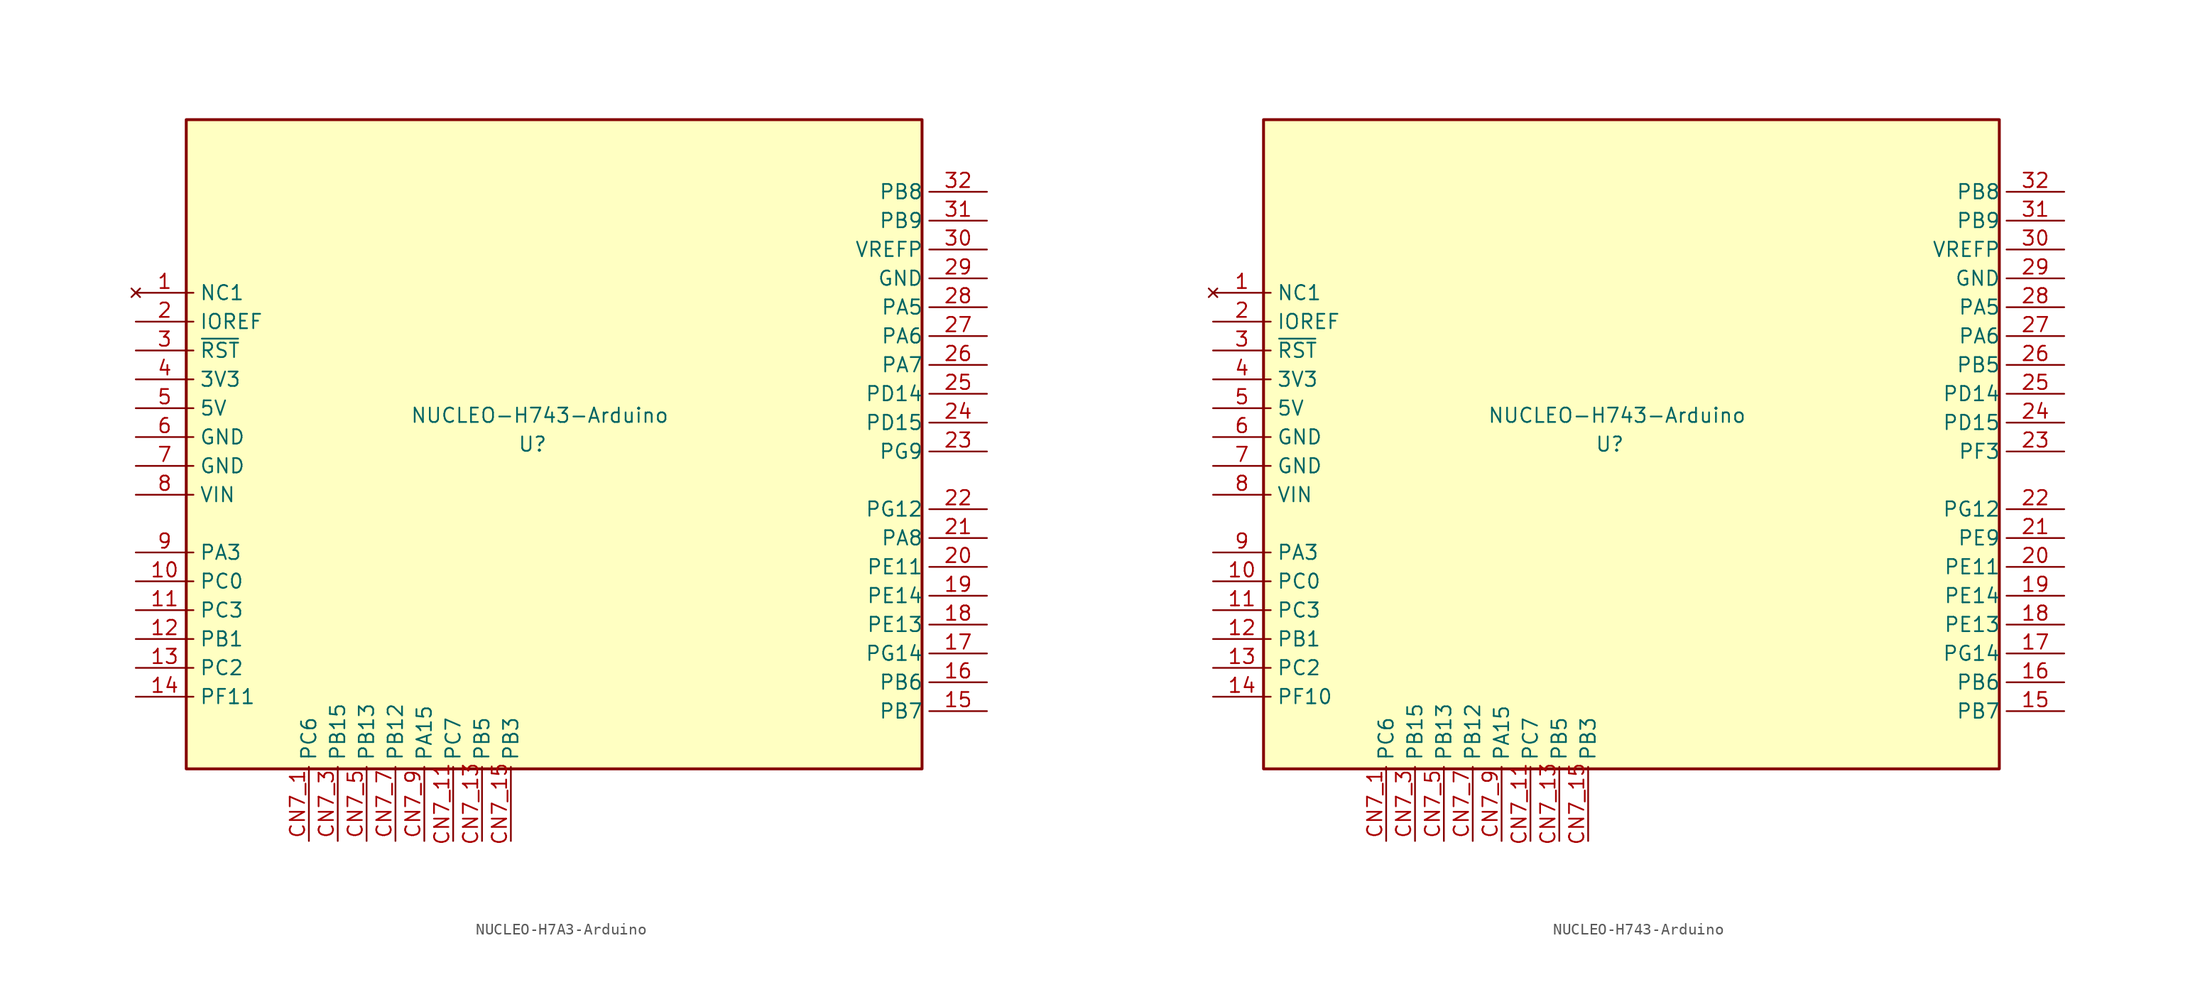
<source format=kicad_sym>
(kicad_symbol_lib
  (version 20220914)
  (generator kicad_symbol_editor)
  (symbol "NUCLEO-H7A3-Arduino"
    (property "Reference" "U"
      (at 10.795 -1.905 0)
      (effects (font (size 1.27 1.27))))
    (property "Value" "NUCLEO-H743-Arduino"
      (at 11.43 0.635 0)
      (effects (font (size 1.27 1.27))))
    (symbol "NUCLEO-H7A3-Arduino_0_0"
      (text "" (at 48.26 -5.08 0) (effects (font (size 1.27 1.27)))))
    (symbol "NUCLEO-H7A3-Arduino_1_0"
      (rectangle (start -19.685 26.67) (end 45.085 -30.48) (stroke (width 0.254) (type default)) (fill (type background)))
      (pin no_connect line (at -24.13 11.43 0) (length 5.08) (name "NC1" (effects (font (size 1.27 1.27)))) (number "1" (effects (font (size 1.27 1.27)))))
      (pin power_in line (at -24.13 8.89 0) (length 5.08) (name "IOREF" (effects (font (size 1.27 1.27)))) (number "2" (effects (font (size 1.27 1.27)))))
      (pin power_in line (at 50.8 12.7 180) (length 5.08) (name "GND" (effects (font (size 1.27 1.27)))) (number "29" (effects (font (size 1.27 1.27)))))
      (pin input line (at -24.13 6.35 0) (length 5.08) (name "~{RST}" (effects (font (size 1.27 1.27)))) (number "3" (effects (font (size 1.27 1.27)))))
      (pin power_in line (at 50.8 15.24 180) (length 5.08) (name "VREFP" (effects (font (size 1.27 1.27)))) (number "30" (effects (font (size 1.27 1.27)))))
      (pin power_in line (at -24.13 3.81 0) (length 5.08) (name "3V3" (effects (font (size 1.27 1.27)))) (number "4" (effects (font (size 1.27 1.27)))))
      (pin power_in line (at -24.13 1.27 0) (length 5.08) (name "5V" (effects (font (size 1.27 1.27)))) (number "5" (effects (font (size 1.27 1.27)))))
      (pin power_in line (at -24.13 -1.27 0) (length 5.08) (name "GND" (effects (font (size 1.27 1.27)))) (number "6" (effects (font (size 1.27 1.27)))))
      (pin power_in line (at -24.13 -3.81 0) (length 5.08) (name "GND" (effects (font (size 1.27 1.27)))) (number "7" (effects (font (size 1.27 1.27)))))
      (pin power_in line (at -24.13 -6.35 0) (length 5.08) (name "VIN" (effects (font (size 1.27 1.27)))) (number "8" (effects (font (size 1.27 1.27))))))
    (symbol "NUCLEO-H7A3-Arduino_1_1"
      (pin bidirectional line (at -24.13 -13.97 0) (length 5.08) (name "PC0" (effects (font (size 1.27 1.27)))) (number "10" (effects (font (size 1.27 1.27)))))
      (pin bidirectional line (at -24.13 -16.51 0) (length 5.08) (name "PC3" (effects (font (size 1.27 1.27)))) (number "11" (effects (font (size 1.27 1.27)))))
      (pin bidirectional line (at -24.13 -19.05 0) (length 5.08) (name "PB1" (effects (font (size 1.27 1.27)))) (number "12" (effects (font (size 1.27 1.27)))))
      (pin bidirectional line (at -24.13 -21.59 0) (length 5.08) (name "PC2" (effects (font (size 1.27 1.27)))) (number "13" (effects (font (size 1.27 1.27)))))
      (pin bidirectional line (at -24.13 -24.13 0) (length 5.08) (name "PF11" (effects (font (size 1.27 1.27)))) (number "14" (effects (font (size 1.27 1.27)))))
      (pin bidirectional line (at 50.8 -25.4 180) (length 5.08) (name "PB7" (effects (font (size 1.27 1.27)))) (number "15" (effects (font (size 1.27 1.27)))))
      (pin bidirectional line (at 50.8 -22.86 180) (length 5.08) (name "PB6" (effects (font (size 1.27 1.27)))) (number "16" (effects (font (size 1.27 1.27)))))
      (pin bidirectional line (at 50.8 -20.32 180) (length 5.08) (name "PG14" (effects (font (size 1.27 1.27)))) (number "17" (effects (font (size 1.27 1.27)))))
      (pin bidirectional line (at 50.8 -17.78 180) (length 5.08) (name "PE13" (effects (font (size 1.27 1.27)))) (number "18" (effects (font (size 1.27 1.27)))))
      (pin bidirectional line (at 50.8 -15.24 180) (length 5.08) (name "PE14" (effects (font (size 1.27 1.27)))) (number "19" (effects (font (size 1.27 1.27)))))
      (pin bidirectional line (at 50.8 -12.7 180) (length 5.08) (name "PE11" (effects (font (size 1.27 1.27)))) (number "20" (effects (font (size 1.27 1.27)))))
      (pin bidirectional line (at 50.8 -10.16 180) (length 5.08) (name "PA8" (effects (font (size 1.27 1.27)))) (number "21" (effects (font (size 1.27 1.27)))))
      (pin bidirectional line (at 50.8 -7.62 180) (length 5.08) (name "PG12" (effects (font (size 1.27 1.27)))) (number "22" (effects (font (size 1.27 1.27)))))
      (pin bidirectional line (at 50.8 -2.54 180) (length 5.08) (name "PG9" (effects (font (size 1.27 1.27)))) (number "23" (effects (font (size 1.27 1.27)))))
      (pin bidirectional line (at 50.8 0 180) (length 5.08) (name "PD15" (effects (font (size 1.27 1.27)))) (number "24" (effects (font (size 1.27 1.27)))))
      (pin bidirectional line (at 50.8 2.54 180) (length 5.08) (name "PD14" (effects (font (size 1.27 1.27)))) (number "25" (effects (font (size 1.27 1.27)))))
      (pin bidirectional line (at 50.8 5.08 180) (length 5.08) (name "PA7" (effects (font (size 1.27 1.27)))) (number "26" (effects (font (size 1.27 1.27)))))
      (pin bidirectional line (at 50.8 7.62 180) (length 5.08) (name "PA6" (effects (font (size 1.27 1.27)))) (number "27" (effects (font (size 1.27 1.27)))))
      (pin bidirectional line (at 50.8 10.16 180) (length 5.08) (name "PA5" (effects (font (size 1.27 1.27)))) (number "28" (effects (font (size 1.27 1.27)))))
      (pin bidirectional line (at 50.8 17.78 180) (length 5.08) (name "PB9" (effects (font (size 1.27 1.27)))) (number "31" (effects (font (size 1.27 1.27)))))
      (pin bidirectional line (at 50.8 20.32 180) (length 5.08) (name "PB8" (effects (font (size 1.27 1.27)))) (number "32" (effects (font (size 1.27 1.27)))))
      (pin bidirectional line (at -24.13 -11.43 0) (length 5.08) (name "PA3" (effects (font (size 1.27 1.27)))) (number "9" (effects (font (size 1.27 1.27)))))
      (pin bidirectional line (at -8.89 -36.83 90) (length 6.53) (name "PC6" (effects (font (size 1.27 1.27)))) (number "CN7_1" (effects (font (size 1.27 1.27)))))
      (pin bidirectional line (at 3.81 -36.83 90) (length 6.53) (name "PC7" (effects (font (size 1.27 1.27)))) (number "CN7_11" (effects (font (size 1.27 1.27)))))
      (pin bidirectional line (at 6.35 -36.83 90) (length 6.53) (name "PB5" (effects (font (size 1.27 1.27)))) (number "CN7_13" (effects (font (size 1.27 1.27)))))
      (pin bidirectional line (at 8.89 -36.83 90) (length 6.53) (name "PB3" (effects (font (size 1.27 1.27)))) (number "CN7_15" (effects (font (size 1.27 1.27)))))
      (pin bidirectional line (at -6.35 -36.83 90) (length 6.53) (name "PB15" (effects (font (size 1.27 1.27)))) (number "CN7_3" (effects (font (size 1.27 1.27)))))
      (pin bidirectional line (at -3.81 -36.83 90) (length 6.53) (name "PB13" (effects (font (size 1.27 1.27)))) (number "CN7_5" (effects (font (size 1.27 1.27)))))
      (pin bidirectional line (at -1.27 -36.83 90) (length 6.53) (name "PB12" (effects (font (size 1.27 1.27)))) (number "CN7_7" (effects (font (size 1.27 1.27)))))
      (pin bidirectional line (at 1.27 -36.83 90) (length 6.53) (name "PA15" (effects (font (size 1.27 1.27)))) (number "CN7_9" (effects (font (size 1.27 1.27)))))))
  (symbol "NUCLEO-H743-Arduino"
    (property "Reference" "U"
      (at 10.795 -1.905 0)
      (effects (font (size 1.27 1.27))))
    (property "Value" "NUCLEO-H743-Arduino"
      (at 11.43 0.635 0)
      (effects (font (size 1.27 1.27))))
    (symbol "NUCLEO-H743-Arduino_0_0"
      (text "" (at 48.26 -5.08 0) (effects (font (size 1.27 1.27)))))
    (symbol "NUCLEO-H743-Arduino_1_0"
      (rectangle (start -19.685 26.67) (end 45.085 -30.48) (stroke (width 0.254) (type default)) (fill (type background)))
      (pin no_connect line (at -24.13 11.43 0) (length 5.08) (name "NC1" (effects (font (size 1.27 1.27)))) (number "1" (effects (font (size 1.27 1.27)))))
      (pin power_in line (at -24.13 8.89 0) (length 5.08) (name "IOREF" (effects (font (size 1.27 1.27)))) (number "2" (effects (font (size 1.27 1.27)))))
      (pin power_in line (at 50.8 12.7 180) (length 5.08) (name "GND" (effects (font (size 1.27 1.27)))) (number "29" (effects (font (size 1.27 1.27)))))
      (pin input line (at -24.13 6.35 0) (length 5.08) (name "~{RST}" (effects (font (size 1.27 1.27)))) (number "3" (effects (font (size 1.27 1.27)))))
      (pin power_in line (at 50.8 15.24 180) (length 5.08) (name "VREFP" (effects (font (size 1.27 1.27)))) (number "30" (effects (font (size 1.27 1.27)))))
      (pin power_in line (at -24.13 3.81 0) (length 5.08) (name "3V3" (effects (font (size 1.27 1.27)))) (number "4" (effects (font (size 1.27 1.27)))))
      (pin power_in line (at -24.13 1.27 0) (length 5.08) (name "5V" (effects (font (size 1.27 1.27)))) (number "5" (effects (font (size 1.27 1.27)))))
      (pin power_in line (at -24.13 -1.27 0) (length 5.08) (name "GND" (effects (font (size 1.27 1.27)))) (number "6" (effects (font (size 1.27 1.27)))))
      (pin power_in line (at -24.13 -3.81 0) (length 5.08) (name "GND" (effects (font (size 1.27 1.27)))) (number "7" (effects (font (size 1.27 1.27)))))
      (pin power_in line (at -24.13 -6.35 0) (length 5.08) (name "VIN" (effects (font (size 1.27 1.27)))) (number "8" (effects (font (size 1.27 1.27))))))
    (symbol "NUCLEO-H743-Arduino_1_1"
      (pin bidirectional line (at -24.13 -13.97 0) (length 5.08) (name "PC0" (effects (font (size 1.27 1.27)))) (number "10" (effects (font (size 1.27 1.27)))))
      (pin bidirectional line (at -24.13 -16.51 0) (length 5.08) (name "PC3" (effects (font (size 1.27 1.27)))) (number "11" (effects (font (size 1.27 1.27)))))
      (pin bidirectional line (at -24.13 -19.05 0) (length 5.08) (name "PB1" (effects (font (size 1.27 1.27)))) (number "12" (effects (font (size 1.27 1.27)))))
      (pin bidirectional line (at -24.13 -21.59 0) (length 5.08) (name "PC2" (effects (font (size 1.27 1.27)))) (number "13" (effects (font (size 1.27 1.27)))))
      (pin bidirectional line (at -24.13 -24.13 0) (length 5.08) (name "PF10" (effects (font (size 1.27 1.27)))) (number "14" (effects (font (size 1.27 1.27)))))
      (pin bidirectional line (at 50.8 -25.4 180) (length 5.08) (name "PB7" (effects (font (size 1.27 1.27)))) (number "15" (effects (font (size 1.27 1.27)))))
      (pin bidirectional line (at 50.8 -22.86 180) (length 5.08) (name "PB6" (effects (font (size 1.27 1.27)))) (number "16" (effects (font (size 1.27 1.27)))))
      (pin bidirectional line (at 50.8 -20.32 180) (length 5.08) (name "PG14" (effects (font (size 1.27 1.27)))) (number "17" (effects (font (size 1.27 1.27)))))
      (pin bidirectional line (at 50.8 -17.78 180) (length 5.08) (name "PE13" (effects (font (size 1.27 1.27)))) (number "18" (effects (font (size 1.27 1.27)))))
      (pin bidirectional line (at 50.8 -15.24 180) (length 5.08) (name "PE14" (effects (font (size 1.27 1.27)))) (number "19" (effects (font (size 1.27 1.27)))))
      (pin bidirectional line (at 50.8 -12.7 180) (length 5.08) (name "PE11" (effects (font (size 1.27 1.27)))) (number "20" (effects (font (size 1.27 1.27)))))
      (pin bidirectional line (at 50.8 -10.16 180) (length 5.08) (name "PE9" (effects (font (size 1.27 1.27)))) (number "21" (effects (font (size 1.27 1.27)))))
      (pin bidirectional line (at 50.8 -7.62 180) (length 5.08) (name "PG12" (effects (font (size 1.27 1.27)))) (number "22" (effects (font (size 1.27 1.27)))))
      (pin bidirectional line (at 50.8 -2.54 180) (length 5.08) (name "PF3" (effects (font (size 1.27 1.27)))) (number "23" (effects (font (size 1.27 1.27)))))
      (pin bidirectional line (at 50.8 0 180) (length 5.08) (name "PD15" (effects (font (size 1.27 1.27)))) (number "24" (effects (font (size 1.27 1.27)))))
      (pin bidirectional line (at 50.8 2.54 180) (length 5.08) (name "PD14" (effects (font (size 1.27 1.27)))) (number "25" (effects (font (size 1.27 1.27)))))
      (pin bidirectional line (at 50.8 5.08 180) (length 5.08) (name "PB5" (effects (font (size 1.27 1.27)))) (number "26" (effects (font (size 1.27 1.27)))))
      (pin bidirectional line (at 50.8 7.62 180) (length 5.08) (name "PA6" (effects (font (size 1.27 1.27)))) (number "27" (effects (font (size 1.27 1.27)))))
      (pin bidirectional line (at 50.8 10.16 180) (length 5.08) (name "PA5" (effects (font (size 1.27 1.27)))) (number "28" (effects (font (size 1.27 1.27)))))
      (pin bidirectional line (at 50.8 17.78 180) (length 5.08) (name "PB9" (effects (font (size 1.27 1.27)))) (number "31" (effects (font (size 1.27 1.27)))))
      (pin bidirectional line (at 50.8 20.32 180) (length 5.08) (name "PB8" (effects (font (size 1.27 1.27)))) (number "32" (effects (font (size 1.27 1.27)))))
      (pin bidirectional line (at -24.13 -11.43 0) (length 5.08) (name "PA3" (effects (font (size 1.27 1.27)))) (number "9" (effects (font (size 1.27 1.27)))))
      (pin bidirectional line (at -8.89 -36.83 90) (length 6.53) (name "PC6" (effects (font (size 1.27 1.27)))) (number "CN7_1" (effects (font (size 1.27 1.27)))))
      (pin bidirectional line (at 3.81 -36.83 90) (length 6.53) (name "PC7" (effects (font (size 1.27 1.27)))) (number "CN7_11" (effects (font (size 1.27 1.27)))))
      (pin bidirectional line (at 6.35 -36.83 90) (length 6.53) (name "PB5" (effects (font (size 1.27 1.27)))) (number "CN7_13" (effects (font (size 1.27 1.27)))))
      (pin bidirectional line (at 8.89 -36.83 90) (length 6.53) (name "PB3" (effects (font (size 1.27 1.27)))) (number "CN7_15" (effects (font (size 1.27 1.27)))))
      (pin bidirectional line (at -6.35 -36.83 90) (length 6.53) (name "PB15" (effects (font (size 1.27 1.27)))) (number "CN7_3" (effects (font (size 1.27 1.27)))))
      (pin bidirectional line (at -3.81 -36.83 90) (length 6.53) (name "PB13" (effects (font (size 1.27 1.27)))) (number "CN7_5" (effects (font (size 1.27 1.27)))))
      (pin bidirectional line (at -1.27 -36.83 90) (length 6.53) (name "PB12" (effects (font (size 1.27 1.27)))) (number "CN7_7" (effects (font (size 1.27 1.27)))))
      (pin bidirectional line (at 1.27 -36.83 90) (length 6.53) (name "PA15" (effects (font (size 1.27 1.27)))) (number "CN7_9" (effects (font (size 1.27 1.27))))))))
</source>
